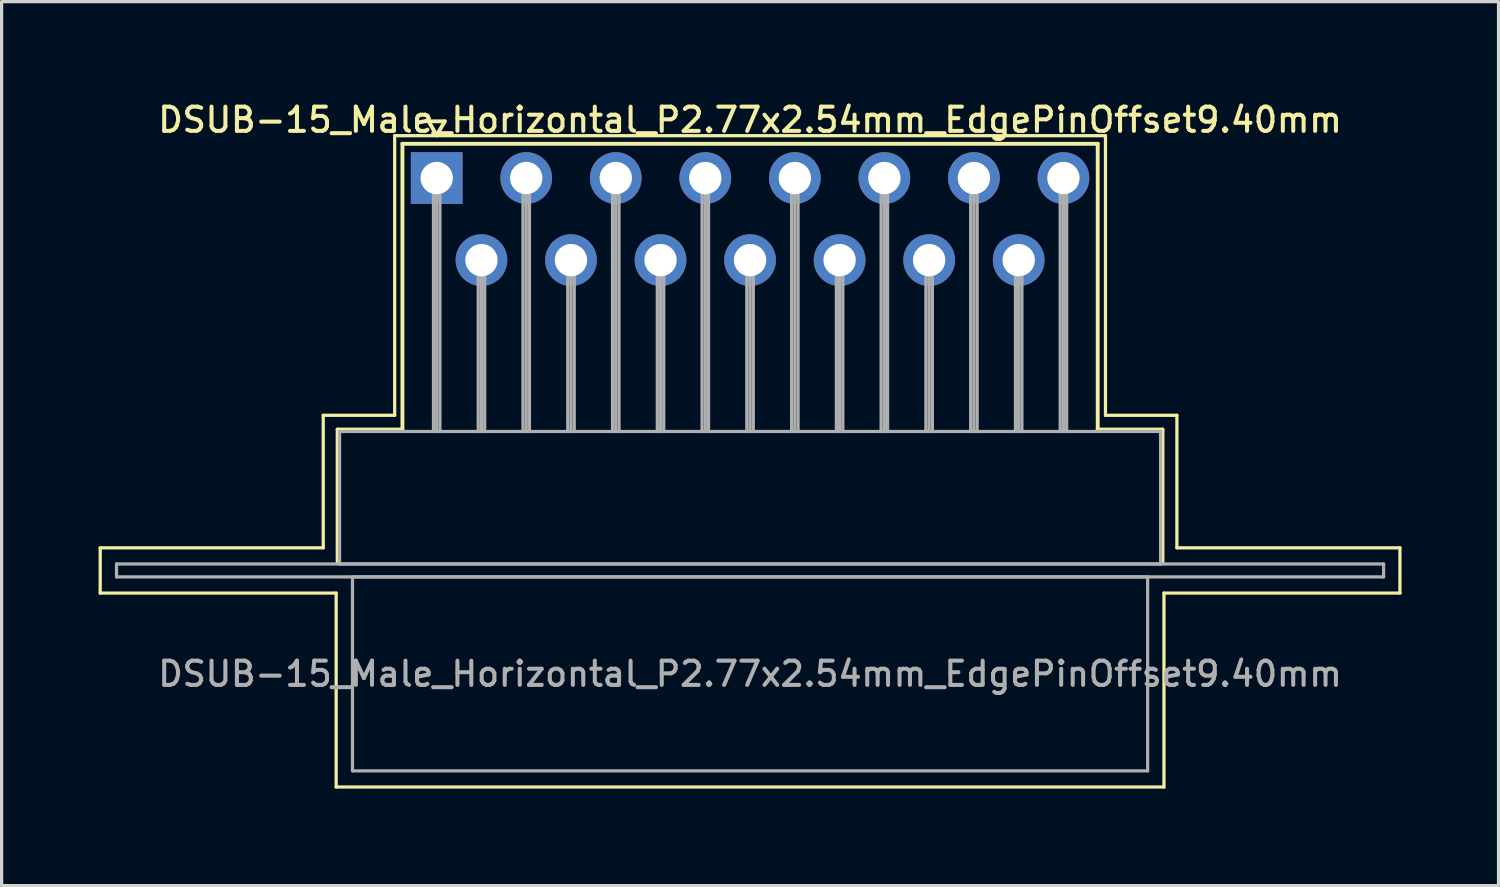
<source format=kicad_pcb>
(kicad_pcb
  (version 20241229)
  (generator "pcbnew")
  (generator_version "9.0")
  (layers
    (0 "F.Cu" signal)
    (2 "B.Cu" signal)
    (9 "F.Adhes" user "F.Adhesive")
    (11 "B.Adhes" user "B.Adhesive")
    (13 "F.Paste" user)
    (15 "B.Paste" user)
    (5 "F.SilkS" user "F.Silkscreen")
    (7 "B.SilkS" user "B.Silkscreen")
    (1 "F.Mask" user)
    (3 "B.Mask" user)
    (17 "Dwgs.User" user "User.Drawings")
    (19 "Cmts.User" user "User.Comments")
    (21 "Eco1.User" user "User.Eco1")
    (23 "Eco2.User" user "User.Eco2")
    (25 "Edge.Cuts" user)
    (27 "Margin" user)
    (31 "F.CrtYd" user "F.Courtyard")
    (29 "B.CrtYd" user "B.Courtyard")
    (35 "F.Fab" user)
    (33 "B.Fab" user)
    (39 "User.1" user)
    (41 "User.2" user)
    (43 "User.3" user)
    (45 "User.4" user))
  (footprint "DSUB-15_Male_Horizontal_P2.77x2.54mm_EdgePinOffset9.40mm"
    (layer "F.Cu")
    (at 10.46 2.458)
    (property "Reference" "DSUB-15_Male_Horizontal_P2.77x2.54mm_EdgePinOffset9.40mm" (at 9.695 -1.8 0) (layer "F.SilkS") (effects (font (size 0.75 0.75) (thickness 0.125))))
    (attr through_hole)
    (fp_line (start -10.41 11.44) (end -3.51 11.44) (stroke (width 0.1) (type solid)) (layer "F.SilkS"))
    (fp_line (start -10.41 12.84) (end -10.41 11.44) (stroke (width 0.1) (type solid)) (layer "F.SilkS"))
    (fp_line (start -3.51 7.34) (end -1.3 7.34) (stroke (width 0.1) (type solid)) (layer "F.SilkS"))
    (fp_line (start -3.51 11.44) (end -3.51 7.34) (stroke (width 0.1) (type solid)) (layer "F.SilkS"))
    (fp_line (start -3.11 12.84) (end -10.41 12.84) (stroke (width 0.1) (type solid)) (layer "F.SilkS"))
    (fp_line (start -3.11 18.84) (end -3.11 12.84) (stroke (width 0.1) (type solid)) (layer "F.SilkS"))
    (fp_line (start -3.065 7.78) (end -1.06 7.78) (stroke (width 0.12) (type solid)) (layer "F.SilkS"))
    (fp_line (start -3.065 11.88) (end -3.065 7.78) (stroke (width 0.12) (type solid)) (layer "F.SilkS"))
    (fp_line (start -1.3 -1.31) (end 20.69 -1.31) (stroke (width 0.1) (type solid)) (layer "F.SilkS"))
    (fp_line (start -1.3 7.34) (end -1.3 -1.31) (stroke (width 0.1) (type solid)) (layer "F.SilkS"))
    (fp_line (start -1.06 -1.06) (end 20.45 -1.06) (stroke (width 0.12) (type solid)) (layer "F.SilkS"))
    (fp_line (start -1.06 7.78) (end -1.06 -1.06) (stroke (width 0.12) (type solid)) (layer "F.SilkS"))
    (fp_line (start -0.25 -1.754) (end 0.25 -1.754) (stroke (width 0.12) (type solid)) (layer "F.SilkS"))
    (fp_line (start 0 -1.321) (end -0.25 -1.754) (stroke (width 0.12) (type solid)) (layer "F.SilkS"))
    (fp_line (start 0.25 -1.754) (end 0 -1.321) (stroke (width 0.12) (type solid)) (layer "F.SilkS"))
    (fp_line (start 20.45 -1.06) (end 20.45 7.78) (stroke (width 0.12) (type solid)) (layer "F.SilkS"))
    (fp_line (start 20.45 7.78) (end 22.455 7.78) (stroke (width 0.12) (type solid)) (layer "F.SilkS"))
    (fp_line (start 20.69 -1.31) (end 20.69 7.34) (stroke (width 0.1) (type solid)) (layer "F.SilkS"))
    (fp_line (start 20.69 7.34) (end 22.9 7.34) (stroke (width 0.1) (type solid)) (layer "F.SilkS"))
    (fp_line (start 22.455 7.78) (end 22.455 11.88) (stroke (width 0.12) (type solid)) (layer "F.SilkS"))
    (fp_line (start 22.5 12.84) (end 22.5 18.84) (stroke (width 0.1) (type solid)) (layer "F.SilkS"))
    (fp_line (start 22.5 18.84) (end -3.11 18.84) (stroke (width 0.1) (type solid)) (layer "F.SilkS"))
    (fp_line (start 22.9 7.34) (end 22.9 11.44) (stroke (width 0.1) (type solid)) (layer "F.SilkS"))
    (fp_line (start 22.9 11.44) (end 29.8 11.44) (stroke (width 0.1) (type solid)) (layer "F.SilkS"))
    (fp_line (start 29.8 11.44) (end 29.8 12.84) (stroke (width 0.1) (type solid)) (layer "F.SilkS"))
    (fp_line (start 29.8 12.84) (end 22.5 12.84) (stroke (width 0.1) (type solid)) (layer "F.SilkS"))
    (fp_line (start -9.905 11.94) (end -9.905 12.34) (stroke (width 0.1) (type solid)) (layer "F.Fab"))
    (fp_line (start -9.905 12.34) (end 29.295 12.34) (stroke (width 0.1) (type solid)) (layer "F.Fab"))
    (fp_line (start -3.005 7.84) (end -3.005 11.94) (stroke (width 0.1) (type solid)) (layer "F.Fab"))
    (fp_line (start -3.005 11.94) (end 22.395 11.94) (stroke (width 0.1) (type solid)) (layer "F.Fab"))
    (fp_line (start -2.605 12.34) (end -2.605 18.34) (stroke (width 0.1) (type solid)) (layer "F.Fab"))
    (fp_line (start -2.605 18.34) (end 21.995 18.34) (stroke (width 0.1) (type solid)) (layer "F.Fab"))
    (fp_line (start -0.1 0) (end -0.1 7.84) (stroke (width 0.1) (type solid)) (layer "F.Fab"))
    (fp_line (start 0 0) (end 0 7.84) (stroke (width 0.1) (type solid)) (layer "F.Fab"))
    (fp_line (start 0.1 0) (end 0.1 7.84) (stroke (width 0.1) (type solid)) (layer "F.Fab"))
    (fp_line (start 1.285 2.54) (end 1.285 7.84) (stroke (width 0.1) (type solid)) (layer "F.Fab"))
    (fp_line (start 1.385 2.54) (end 1.385 7.84) (stroke (width 0.1) (type solid)) (layer "F.Fab"))
    (fp_line (start 1.485 2.54) (end 1.485 7.84) (stroke (width 0.1) (type solid)) (layer "F.Fab"))
    (fp_line (start 2.67 0) (end 2.67 7.84) (stroke (width 0.1) (type solid)) (layer "F.Fab"))
    (fp_line (start 2.77 0) (end 2.77 7.84) (stroke (width 0.1) (type solid)) (layer "F.Fab"))
    (fp_line (start 2.87 0) (end 2.87 7.84) (stroke (width 0.1) (type solid)) (layer "F.Fab"))
    (fp_line (start 4.055 2.54) (end 4.055 7.84) (stroke (width 0.1) (type solid)) (layer "F.Fab"))
    (fp_line (start 4.155 2.54) (end 4.155 7.84) (stroke (width 0.1) (type solid)) (layer "F.Fab"))
    (fp_line (start 4.255 2.54) (end 4.255 7.84) (stroke (width 0.1) (type solid)) (layer "F.Fab"))
    (fp_line (start 5.44 0) (end 5.44 7.84) (stroke (width 0.1) (type solid)) (layer "F.Fab"))
    (fp_line (start 5.54 0) (end 5.54 7.84) (stroke (width 0.1) (type solid)) (layer "F.Fab"))
    (fp_line (start 5.64 0) (end 5.64 7.84) (stroke (width 0.1) (type solid)) (layer "F.Fab"))
    (fp_line (start 6.825 2.54) (end 6.825 7.84) (stroke (width 0.1) (type solid)) (layer "F.Fab"))
    (fp_line (start 6.925 2.54) (end 6.925 7.84) (stroke (width 0.1) (type solid)) (layer "F.Fab"))
    (fp_line (start 7.025 2.54) (end 7.025 7.84) (stroke (width 0.1) (type solid)) (layer "F.Fab"))
    (fp_line (start 8.21 0) (end 8.21 7.84) (stroke (width 0.1) (type solid)) (layer "F.Fab"))
    (fp_line (start 8.31 0) (end 8.31 7.84) (stroke (width 0.1) (type solid)) (layer "F.Fab"))
    (fp_line (start 8.41 0) (end 8.41 7.84) (stroke (width 0.1) (type solid)) (layer "F.Fab"))
    (fp_line (start 9.595 2.54) (end 9.595 7.84) (stroke (width 0.1) (type solid)) (layer "F.Fab"))
    (fp_line (start 9.695 2.54) (end 9.695 7.84) (stroke (width 0.1) (type solid)) (layer "F.Fab"))
    (fp_line (start 9.795 2.54) (end 9.795 7.84) (stroke (width 0.1) (type solid)) (layer "F.Fab"))
    (fp_line (start 10.98 0) (end 10.98 7.84) (stroke (width 0.1) (type solid)) (layer "F.Fab"))
    (fp_line (start 11.08 0) (end 11.08 7.84) (stroke (width 0.1) (type solid)) (layer "F.Fab"))
    (fp_line (start 11.18 0) (end 11.18 7.84) (stroke (width 0.1) (type solid)) (layer "F.Fab"))
    (fp_line (start 12.365 2.54) (end 12.365 7.84) (stroke (width 0.1) (type solid)) (layer "F.Fab"))
    (fp_line (start 12.465 2.54) (end 12.465 7.84) (stroke (width 0.1) (type solid)) (layer "F.Fab"))
    (fp_line (start 12.565 2.54) (end 12.565 7.84) (stroke (width 0.1) (type solid)) (layer "F.Fab"))
    (fp_line (start 13.75 0) (end 13.75 7.84) (stroke (width 0.1) (type solid)) (layer "F.Fab"))
    (fp_line (start 13.85 0) (end 13.85 7.84) (stroke (width 0.1) (type solid)) (layer "F.Fab"))
    (fp_line (start 13.95 0) (end 13.95 7.84) (stroke (width 0.1) (type solid)) (layer "F.Fab"))
    (fp_line (start 15.135 2.54) (end 15.135 7.84) (stroke (width 0.1) (type solid)) (layer "F.Fab"))
    (fp_line (start 15.235 2.54) (end 15.235 7.84) (stroke (width 0.1) (type solid)) (layer "F.Fab"))
    (fp_line (start 15.335 2.54) (end 15.335 7.84) (stroke (width 0.1) (type solid)) (layer "F.Fab"))
    (fp_line (start 16.52 0) (end 16.52 7.84) (stroke (width 0.1) (type solid)) (layer "F.Fab"))
    (fp_line (start 16.62 0) (end 16.62 7.84) (stroke (width 0.1) (type solid)) (layer "F.Fab"))
    (fp_line (start 16.72 0) (end 16.72 7.84) (stroke (width 0.1) (type solid)) (layer "F.Fab"))
    (fp_line (start 17.905 2.54) (end 17.905 7.84) (stroke (width 0.1) (type solid)) (layer "F.Fab"))
    (fp_line (start 18.005 2.54) (end 18.005 7.84) (stroke (width 0.1) (type solid)) (layer "F.Fab"))
    (fp_line (start 18.105 2.54) (end 18.105 7.84) (stroke (width 0.1) (type solid)) (layer "F.Fab"))
    (fp_line (start 19.29 0) (end 19.29 7.84) (stroke (width 0.1) (type solid)) (layer "F.Fab"))
    (fp_line (start 19.39 0) (end 19.39 7.84) (stroke (width 0.1) (type solid)) (layer "F.Fab"))
    (fp_line (start 19.49 0) (end 19.49 7.84) (stroke (width 0.1) (type solid)) (layer "F.Fab"))
    (fp_line (start 21.995 12.34) (end -2.605 12.34) (stroke (width 0.1) (type solid)) (layer "F.Fab"))
    (fp_line (start 21.995 18.34) (end 21.995 12.34) (stroke (width 0.1) (type solid)) (layer "F.Fab"))
    (fp_line (start 22.395 7.84) (end -3.005 7.84) (stroke (width 0.1) (type solid)) (layer "F.Fab"))
    (fp_line (start 22.395 11.94) (end 22.395 7.84) (stroke (width 0.1) (type solid)) (layer "F.Fab"))
    (fp_line (start 29.295 11.94) (end -9.905 11.94) (stroke (width 0.1) (type solid)) (layer "F.Fab"))
    (fp_line (start 29.295 12.34) (end 29.295 11.94) (stroke (width 0.1) (type solid)) (layer "F.Fab"))
    (fp_text user "${REFERENCE}" (at 9.695 15.34 0) (layer "F.Fab") (effects (font (size 0.75 0.75) (thickness 0.125))))
    (pad "1" thru_hole rect (at 0 0) (size 1.6 1.6) (drill 1) (layers "*.Cu" "*.Mask"))
    (pad "2" thru_hole circle (at 2.77 0) (size 1.6 1.6) (drill 1) (layers "*.Cu" "*.Mask"))
    (pad "3" thru_hole circle (at 5.54 0) (size 1.6 1.6) (drill 1) (layers "*.Cu" "*.Mask"))
    (pad "4" thru_hole circle (at 8.31 0) (size 1.6 1.6) (drill 1) (layers "*.Cu" "*.Mask"))
    (pad "5" thru_hole circle (at 11.08 0) (size 1.6 1.6) (drill 1) (layers "*.Cu" "*.Mask"))
    (pad "6" thru_hole circle (at 13.85 0) (size 1.6 1.6) (drill 1) (layers "*.Cu" "*.Mask"))
    (pad "7" thru_hole circle (at 16.62 0) (size 1.6 1.6) (drill 1) (layers "*.Cu" "*.Mask"))
    (pad "8" thru_hole circle (at 19.39 0) (size 1.6 1.6) (drill 1) (layers "*.Cu" "*.Mask"))
    (pad "9" thru_hole circle (at 1.385 2.54) (size 1.6 1.6) (drill 1) (layers "*.Cu" "*.Mask"))
    (pad "10" thru_hole circle (at 4.155 2.54) (size 1.6 1.6) (drill 1) (layers "*.Cu" "*.Mask"))
    (pad "11" thru_hole circle (at 6.925 2.54) (size 1.6 1.6) (drill 1) (layers "*.Cu" "*.Mask"))
    (pad "12" thru_hole circle (at 9.695 2.54) (size 1.6 1.6) (drill 1) (layers "*.Cu" "*.Mask"))
    (pad "13" thru_hole circle (at 12.465 2.54) (size 1.6 1.6) (drill 1) (layers "*.Cu" "*.Mask"))
    (pad "14" thru_hole circle (at 15.235 2.54) (size 1.6 1.6) (drill 1) (layers "*.Cu" "*.Mask"))
    (pad "15" thru_hole circle (at 18.005 2.54) (size 1.6 1.6) (drill 1) (layers "*.Cu" "*.Mask")))
  (gr_rect
    (start -3 -3)
    (end 43.31 24.348)
    (stroke (width 0.1) (type default))
    (fill no)
    (layer "Edge.Cuts")))
</source>
